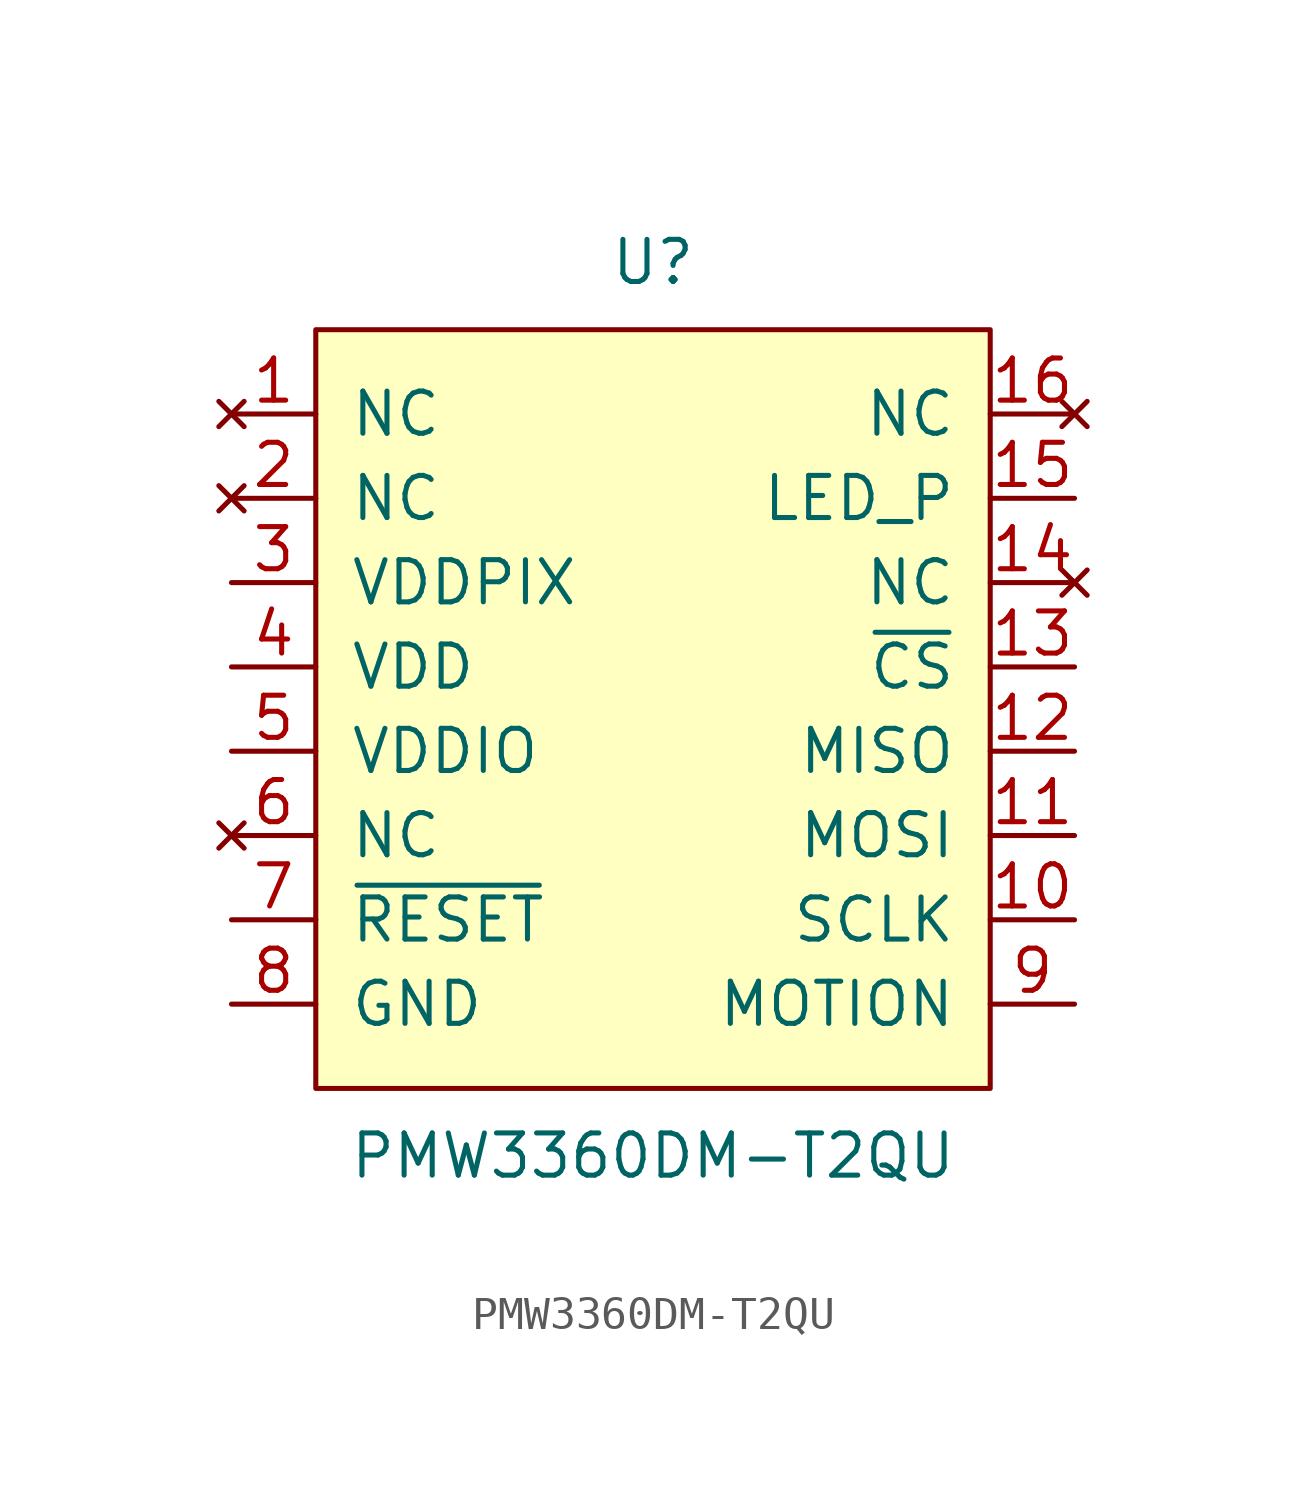
<source format=kicad_sym>
(kicad_symbol_lib
  (version 20241209)
  (generator "kicad_symbol_editor")
  (generator_version "9.0")
  (symbol "PMW3360DM-T2QU"
    (pin_names
      (offset 1.016))
    (property "Reference" "U"
      (at 0 13.462 0)
      (effects (font (size 1.27 1.27))))
    (property "Value" "PMW3360DM-T2QU"
      (at 0 -13.462 0)
      (effects (font (size 1.27 1.27))))
    (symbol "PMW3360DM-T2QU_0_1"
      (rectangle (start -10.16 11.43) (end 10.16 -11.43) (stroke (width 0) (type default)) (fill (type background))))
    (symbol "PMW3360DM-T2QU_1_1"
      (pin no_connect line (at -12.7 8.89 0) (length 2.54) (name "NC" (effects (font (size 1.27 1.27)))) (number "1" (effects (font (size 1.27 1.27)))))
      (pin no_connect line (at -12.7 6.35 0) (length 2.54) (name "NC" (effects (font (size 1.27 1.27)))) (number "2" (effects (font (size 1.27 1.27)))))
      (pin power_out line (at -12.7 3.81 0) (length 2.54) (name "VDDPIX" (effects (font (size 1.27 1.27)))) (number "3" (effects (font (size 1.27 1.27)))))
      (pin power_in line (at -12.7 1.27 0) (length 2.54) (name "VDD" (effects (font (size 1.27 1.27)))) (number "4" (effects (font (size 1.27 1.27)))))
      (pin power_in line (at -12.7 -1.27 0) (length 2.54) (name "VDDIO" (effects (font (size 1.27 1.27)))) (number "5" (effects (font (size 1.27 1.27)))))
      (pin no_connect line (at -12.7 -3.81 0) (length 2.54) (name "NC" (effects (font (size 1.27 1.27)))) (number "6" (effects (font (size 1.27 1.27)))))
      (pin input line (at -12.7 -6.35 0) (length 2.54) (name "~{RESET}" (effects (font (size 1.27 1.27)))) (number "7" (effects (font (size 1.27 1.27)))))
      (pin power_in line (at -12.7 -8.89 0) (length 2.54) (name "GND" (effects (font (size 1.27 1.27)))) (number "8" (effects (font (size 1.27 1.27)))))
      (pin no_connect line (at 12.7 8.89 180) (length 2.54) (name "NC" (effects (font (size 1.27 1.27)))) (number "16" (effects (font (size 1.27 1.27)))))
      (pin input line (at 12.7 6.35 180) (length 2.54) (name "LED_P" (effects (font (size 1.27 1.27)))) (number "15" (effects (font (size 1.27 1.27)))))
      (pin no_connect line (at 12.7 3.81 180) (length 2.54) (name "NC" (effects (font (size 1.27 1.27)))) (number "14" (effects (font (size 1.27 1.27)))))
      (pin input line (at 12.7 1.27 180) (length 2.54) (name "~{CS}" (effects (font (size 1.27 1.27)))) (number "13" (effects (font (size 1.27 1.27)))))
      (pin output line (at 12.7 -1.27 180) (length 2.54) (name "MISO" (effects (font (size 1.27 1.27)))) (number "12" (effects (font (size 1.27 1.27)))))
      (pin input line (at 12.7 -3.81 180) (length 2.54) (name "MOSI" (effects (font (size 1.27 1.27)))) (number "11" (effects (font (size 1.27 1.27)))))
      (pin input line (at 12.7 -6.35 180) (length 2.54) (name "SCLK" (effects (font (size 1.27 1.27)))) (number "10" (effects (font (size 1.27 1.27)))))
      (pin output line (at 12.7 -8.89 180) (length 2.54) (name "MOTION" (effects (font (size 1.27 1.27)))) (number "9" (effects (font (size 1.27 1.27))))))))
</source>
